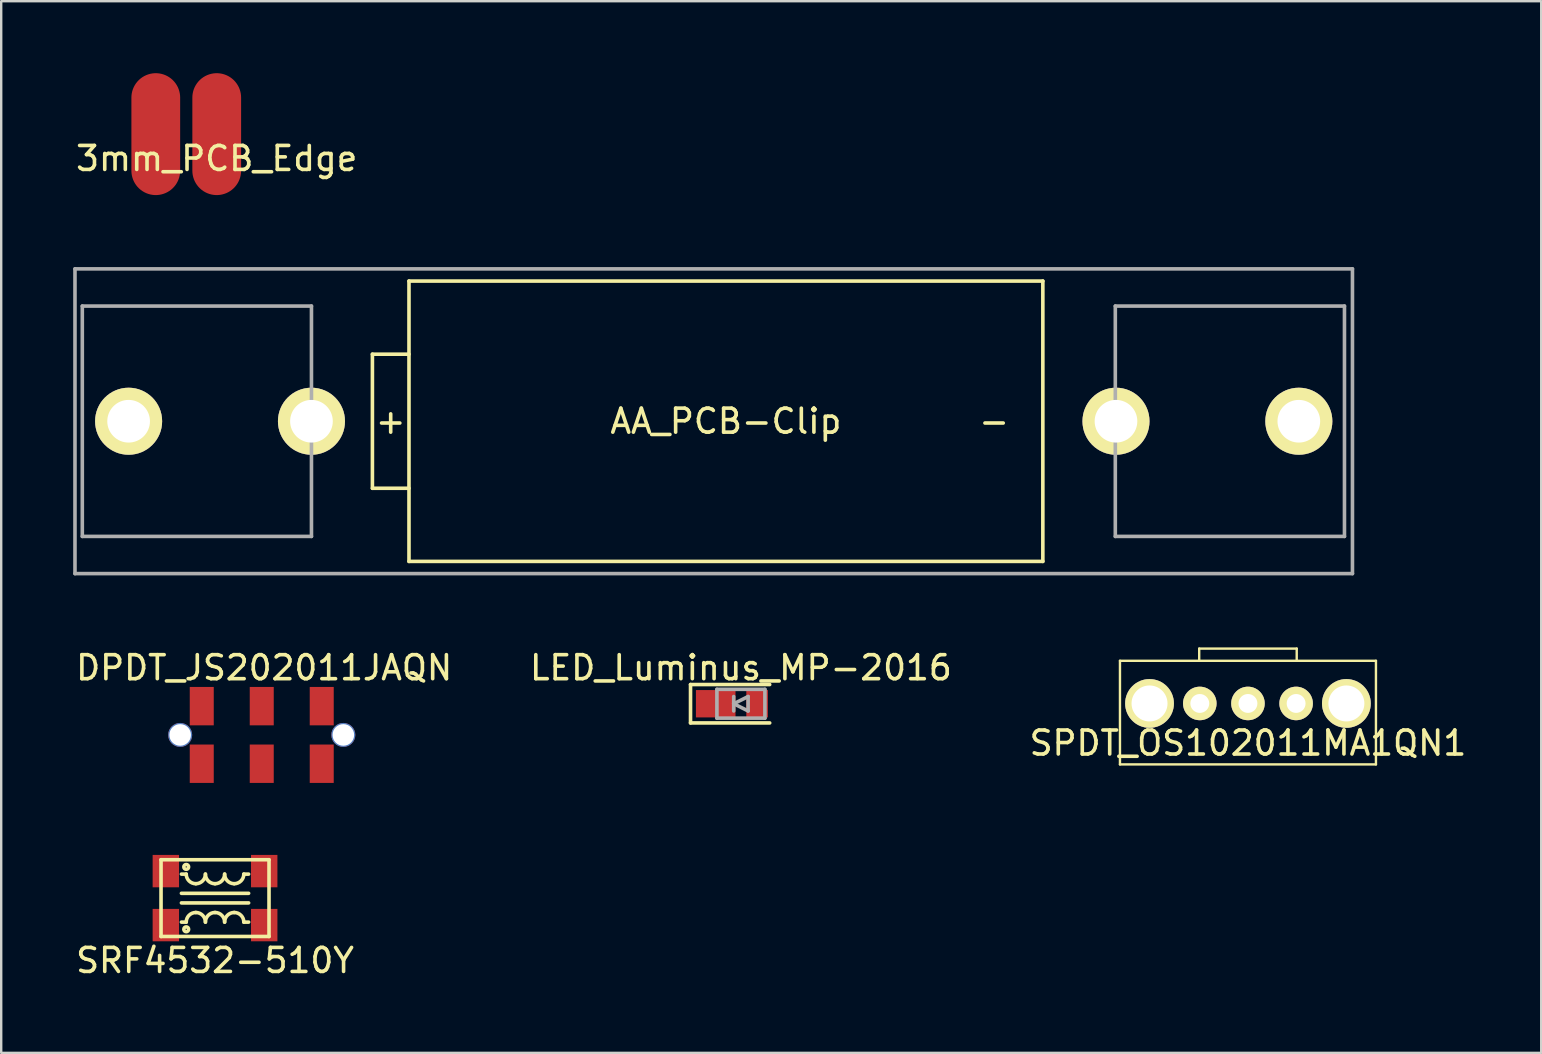
<source format=kicad_pcb>
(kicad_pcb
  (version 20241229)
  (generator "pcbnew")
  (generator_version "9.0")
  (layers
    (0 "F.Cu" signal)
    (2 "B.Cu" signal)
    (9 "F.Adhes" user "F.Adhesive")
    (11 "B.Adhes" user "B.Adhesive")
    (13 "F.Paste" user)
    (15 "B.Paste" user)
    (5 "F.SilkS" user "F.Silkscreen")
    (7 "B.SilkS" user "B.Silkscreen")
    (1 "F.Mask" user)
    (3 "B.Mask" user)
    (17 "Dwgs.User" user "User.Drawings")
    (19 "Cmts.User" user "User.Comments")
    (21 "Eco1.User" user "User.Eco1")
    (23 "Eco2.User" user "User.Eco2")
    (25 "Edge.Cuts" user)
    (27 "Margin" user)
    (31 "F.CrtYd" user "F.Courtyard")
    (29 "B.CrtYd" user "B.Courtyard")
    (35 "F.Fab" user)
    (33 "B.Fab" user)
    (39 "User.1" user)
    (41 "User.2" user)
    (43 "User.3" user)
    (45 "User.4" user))
  (footprint "LED_Luminus_MP-2016"
    (layer "F.Cu")
    (at 27.827 26.278)
    (property "Reference" "LED_Luminus_MP-2016" (at 0 -1.5 0) (layer "F.SilkS") (effects (font (size 1 1) (thickness 0.15))))
    (attr through_hole)
    (fp_line (start -2.1 -0.8) (end -2.1 0.8) (stroke (width 0.15) (type solid)) (layer "F.SilkS"))
    (fp_line (start -2.1 0.8) (end 1.2 0.8) (stroke (width 0.15) (type solid)) (layer "F.SilkS"))
    (fp_line (start 1.2 -0.8) (end -2.1 -0.8) (stroke (width 0.15) (type solid)) (layer "F.SilkS"))
    (fp_line (start -1 -0.6) (end 1 -0.6) (stroke (width 0.15) (type solid)) (layer "F.Fab"))
    (fp_line (start -1 0.6) (end -1 -0.6) (stroke (width 0.15) (type solid)) (layer "F.Fab"))
    (fp_line (start -0.3 0) (end 0.3 0.3) (stroke (width 0.15) (type solid)) (layer "F.Fab"))
    (fp_line (start -0.3 0.3) (end -0.3 -0.3) (stroke (width 0.15) (type solid)) (layer "F.Fab"))
    (fp_line (start 0.3 -0.3) (end -0.3 0) (stroke (width 0.15) (type solid)) (layer "F.Fab"))
    (fp_line (start 0.3 0.3) (end 0.3 -0.3) (stroke (width 0.15) (type solid)) (layer "F.Fab"))
    (fp_line (start 1 -0.6) (end 1 0.6) (stroke (width 0.15) (type solid)) (layer "F.Fab"))
    (fp_line (start 1 0.6) (end -1 0.6) (stroke (width 0.15) (type solid)) (layer "F.Fab"))
    (pad "1" smd rect (at -1.05 0) (size 1.65 1.14) (layers "F.Cu" "F.Mask" "F.Paste"))
    (pad "2" smd rect (at 0.675 0) (size 0.9 1.14) (layers "F.Cu" "F.Mask" "F.Paste")))
  (footprint "SRF4532-510Y"
    (layer "F.Cu")
    (at 5.911 34.378)
    (property "Reference" "SRF4532-510Y" (at 0 2.6 0) (layer "F.SilkS") (effects (font (size 1 1) (thickness 0.15))))
    (attr through_hole)
    (fp_line (start -2.25 -1.6) (end 2.25 -1.6) (stroke (width 0.15) (type solid)) (layer "F.SilkS"))
    (fp_line (start -2.25 1.6) (end -2.25 -1.6) (stroke (width 0.15) (type solid)) (layer "F.SilkS"))
    (fp_line (start -1.4 0.2) (end 1.4 0.2) (stroke (width 0.15) (type solid)) (layer "F.SilkS"))
    (fp_line (start -1.2 -1) (end -1.4 -1) (stroke (width 0.15) (type solid)) (layer "F.SilkS"))
    (fp_line (start -1.2 1) (end -1.4 1) (stroke (width 0.15) (type solid)) (layer "F.SilkS"))
    (fp_line (start 1.2 -1) (end 1.4 -1) (stroke (width 0.15) (type solid)) (layer "F.SilkS"))
    (fp_line (start 1.2 1) (end 1.4 1) (stroke (width 0.15) (type solid)) (layer "F.SilkS"))
    (fp_line (start 1.4 -0.2) (end -1.4 -0.2) (stroke (width 0.15) (type solid)) (layer "F.SilkS"))
    (fp_line (start 2.25 -1.6) (end 2.25 1.6) (stroke (width 0.15) (type solid)) (layer "F.SilkS"))
    (fp_line (start 2.25 1.6) (end -2.25 1.6) (stroke (width 0.15) (type solid)) (layer "F.SilkS"))
    (fp_arc (start -1.2 1) (mid -1.082843 0.717157) (end -0.8 0.6) (stroke (width 0.15) (type solid)) (layer "F.SilkS"))
    (fp_arc (start -0.8 -0.6) (mid -1.082843 -0.717157) (end -1.2 -1) (stroke (width 0.15) (type solid)) (layer "F.SilkS"))
    (fp_arc (start -0.8 0.6) (mid -0.517157 0.717157) (end -0.4 1) (stroke (width 0.15) (type solid)) (layer "F.SilkS"))
    (fp_arc (start -0.4 -1) (mid -0.517157 -0.717157) (end -0.8 -0.6) (stroke (width 0.15) (type solid)) (layer "F.SilkS"))
    (fp_arc (start -0.4 1) (mid -0.282843 0.717157) (end 0 0.6) (stroke (width 0.15) (type solid)) (layer "F.SilkS"))
    (fp_arc (start 0 -0.6) (mid -0.282843 -0.717157) (end -0.4 -1) (stroke (width 0.15) (type solid)) (layer "F.SilkS"))
    (fp_arc (start 0 0.6) (mid 0.282843 0.717157) (end 0.4 1) (stroke (width 0.15) (type solid)) (layer "F.SilkS"))
    (fp_arc (start 0.4 -1) (mid 0.282843 -0.717157) (end 0 -0.6) (stroke (width 0.15) (type solid)) (layer "F.SilkS"))
    (fp_arc (start 0.4 1) (mid 0.517157 0.717157) (end 0.8 0.6) (stroke (width 0.15) (type solid)) (layer "F.SilkS"))
    (fp_arc (start 0.8 -0.6) (mid 0.517157 -0.717157) (end 0.4 -1) (stroke (width 0.15) (type solid)) (layer "F.SilkS"))
    (fp_arc (start 0.8 0.6) (mid 1.082843 0.717157) (end 1.2 1) (stroke (width 0.15) (type solid)) (layer "F.SilkS"))
    (fp_arc (start 1.2 -1) (mid 1.082843 -0.717157) (end 0.8 -0.6) (stroke (width 0.15) (type solid)) (layer "F.SilkS"))
    (fp_circle (center -1.2 -1.3) (end -1.1 -1.3) (stroke (width 0.15) (type solid)) (fill no) (layer "F.SilkS"))
    (fp_circle (center -1.2 1.3) (end -1.2 1.2) (stroke (width 0.15) (type solid)) (fill no) (layer "F.SilkS"))
    (pad "1" smd rect (at -2.05 1.125) (size 1.1 1.35) (layers "F.Cu" "F.Mask" "F.Paste"))
    (pad "2" smd rect (at 2.05 1.125) (size 1.1 1.35) (layers "F.Cu" "F.Mask" "F.Paste"))
    (pad "3" smd rect (at 2.05 -1.125) (size 1.1 1.35) (layers "F.Cu" "F.Mask" "F.Paste"))
    (pad "4" smd rect (at -2.05 -1.125) (size 1.1 1.35) (layers "F.Cu" "F.Mask" "F.Paste")))
  (footprint "SPDT_OS102011MA1QN1"
    (layer "F.Cu")
    (at 48.958 26.266)
    (property "Reference" "SPDT_OS102011MA1QN1" (at 0 1.651 0) (layer "F.SilkS") (effects (font (size 1 1) (thickness 0.15))))
    (attr through_hole)
    (fp_line (start -5.334 -1.778) (end 5.334 -1.778) (stroke (width 0.1) (type solid)) (layer "F.SilkS"))
    (fp_line (start -5.334 2.54) (end -5.334 -1.778) (stroke (width 0.1) (type solid)) (layer "F.SilkS"))
    (fp_line (start -2.032 -2.286) (end 2.032 -2.286) (stroke (width 0.1) (type solid)) (layer "F.SilkS"))
    (fp_line (start -2.032 -1.778) (end -2.032 -2.286) (stroke (width 0.1) (type solid)) (layer "F.SilkS"))
    (fp_line (start 2.032 -2.286) (end 2.032 -1.778) (stroke (width 0.1) (type solid)) (layer "F.SilkS"))
    (fp_line (start 5.334 -1.778) (end 5.334 2.54) (stroke (width 0.1) (type solid)) (layer "F.SilkS"))
    (fp_line (start 5.334 2.54) (end -5.334 2.54) (stroke (width 0.1) (type solid)) (layer "F.SilkS"))
    (pad "" thru_hole circle (at -4.102 0) (size 2.032 2.032) (drill 1.499) (layers "*.Cu" "*.Mask" "F.SilkS"))
    (pad "" thru_hole circle (at 4.102 0) (size 2.032 2.032) (drill 1.499) (layers "*.Cu" "*.Mask" "F.SilkS"))
    (pad "1" thru_hole circle (at 2.007 0) (size 1.397 1.397) (drill 0.787) (layers "*.Cu" "*.Mask" "F.SilkS"))
    (pad "2" thru_hole circle (at 0 0) (size 1.397 1.397) (drill 0.787) (layers "*.Cu" "*.Mask" "F.SilkS"))
    (pad "3" thru_hole circle (at -2.007 0) (size 1.397 1.397) (drill 0.787) (layers "*.Cu" "*.Mask" "F.SilkS")))
  (footprint "AA_PCB-Clip"
    (layer "F.Cu")
    (at 9.93 14.505)
    (property "Reference" "AA_PCB-Clip" (at 17.272 0 0) (layer "F.SilkS") (effects (font (size 1 1) (thickness 0.15))))
    (attr through_hole)
    (fp_line (start 2.54 -2.794) (end 2.54 2.794) (stroke (width 0.15) (type solid)) (layer "F.SilkS"))
    (fp_line (start 2.54 2.794) (end 4.064 2.794) (stroke (width 0.15) (type solid)) (layer "F.SilkS"))
    (fp_line (start 4.064 -5.842) (end 4.064 5.842) (stroke (width 0.15) (type solid)) (layer "F.SilkS"))
    (fp_line (start 4.064 -5.842) (end 30.48 -5.842) (stroke (width 0.15) (type solid)) (layer "F.SilkS"))
    (fp_line (start 4.064 -2.794) (end 2.54 -2.794) (stroke (width 0.15) (type solid)) (layer "F.SilkS"))
    (fp_line (start 30.48 5.842) (end 4.064 5.842) (stroke (width 0.15) (type solid)) (layer "F.SilkS"))
    (fp_line (start 30.48 5.842) (end 30.48 -5.842) (stroke (width 0.15) (type solid)) (layer "F.SilkS"))
    (fp_line (start -9.855 -6.35) (end 43.383 -6.35) (stroke (width 0.15) (type solid)) (layer "F.Fab"))
    (fp_line (start -9.855 6.35) (end -9.855 -6.35) (stroke (width 0.15) (type solid)) (layer "F.Fab"))
    (fp_line (start -9.855 6.35) (end 43.383 6.35) (stroke (width 0.15) (type solid)) (layer "F.Fab"))
    (fp_line (start -9.55 -4.8) (end -9.55 4.8) (stroke (width 0.15) (type solid)) (layer "F.Fab"))
    (fp_line (start -9.55 4.8) (end 0 4.8) (stroke (width 0.15) (type solid)) (layer "F.Fab"))
    (fp_line (start 0 -4.8) (end -9.55 -4.8) (stroke (width 0.15) (type solid)) (layer "F.Fab"))
    (fp_line (start 0 4.8) (end 0 -4.8) (stroke (width 0.15) (type solid)) (layer "F.Fab"))
    (fp_line (start 33.5 -4.8) (end 43.05 -4.8) (stroke (width 0.15) (type solid)) (layer "F.Fab"))
    (fp_line (start 33.5 4.8) (end 33.5 -4.8) (stroke (width 0.15) (type solid)) (layer "F.Fab"))
    (fp_line (start 43.05 -4.8) (end 43.05 4.8) (stroke (width 0.15) (type solid)) (layer "F.Fab"))
    (fp_line (start 43.05 4.8) (end 33.5 4.8) (stroke (width 0.15) (type solid)) (layer "F.Fab"))
    (fp_line (start 43.383 6.35) (end 43.383 -6.35) (stroke (width 0.15) (type solid)) (layer "F.Fab"))
    (fp_text user "-" (at 28.448 0 0) (layer "F.SilkS") (effects (font (size 1 1) (thickness 0.15))))
    (fp_text user "+" (at 3.302 0 0) (layer "F.SilkS") (effects (font (size 1 1) (thickness 0.15))))
    (pad "1" thru_hole circle (at -7.62 0) (size 2.794 2.794) (drill 1.778) (layers "*.Cu" "*.Mask" "F.SilkS"))
    (pad "1" thru_hole circle (at 0 0) (size 2.794 2.794) (drill 1.778) (layers "*.Cu" "*.Mask" "F.SilkS"))
    (pad "2" thru_hole circle (at 33.528 0) (size 2.794 2.794) (drill 1.778) (layers "*.Cu" "*.Mask" "F.SilkS"))
    (pad "2" thru_hole circle (at 41.148 0) (size 2.794 2.794) (drill 1.778) (layers "*.Cu" "*.Mask" "F.SilkS")))
  (footprint "DPDT_JS202011JAQN"
    (layer "F.Cu")
    (at 7.858 27.578)
    (property "Reference" "DPDT_JS202011JAQN" (at 0.1 -2.8 0) (layer "F.SilkS") (effects (font (size 1 1) (thickness 0.15))))
    (attr through_hole)
    (pad "" np_thru_hole circle (at -3.4 0) (size 1 1) (drill 0.9) (layers "*.Cu" "*.Mask"))
    (pad "" np_thru_hole circle (at 3.4 0) (size 1 1) (drill 0.9) (layers "*.Cu" "*.Mask"))
    (pad "1" smd rect (at -2.5 -1.2) (size 1 1.6) (layers "F.Cu" "F.Mask" "F.Paste"))
    (pad "2" smd rect (at 0 -1.2) (size 1 1.6) (layers "F.Cu" "F.Mask" "F.Paste"))
    (pad "3" smd rect (at 2.5 -1.2) (size 1 1.6) (layers "F.Cu" "F.Mask" "F.Paste"))
    (pad "4" smd rect (at -2.5 1.2) (size 1 1.6) (layers "F.Cu" "F.Mask" "F.Paste"))
    (pad "5" smd rect (at 0 1.2) (size 1 1.6) (layers "F.Cu" "F.Mask" "F.Paste"))
    (pad "6" smd rect (at 2.5 1.2) (size 1 1.6) (layers "F.Cu" "F.Mask" "F.Paste")))
  (footprint "3mm_PCB_Edge"
    (layer "F.Cu")
    (at 5.982 3.556)
    (property "Reference" "3mm_PCB_Edge" (at 0 0 0) (layer "F.SilkS") (effects (font (size 1 1) (thickness 0.15))))
    (attr through_hole)
    (pad "1" smd oval (at -2.54 0) (size 2.032 5.08) (drill (offset 0 -1.016)) (layers "F.Cu" "F.Mask" "F.Paste"))
    (pad "2" smd oval (at 0 0) (size 2.032 5.08) (drill (offset 0 -1.016)) (layers "F.Cu" "F.Mask" "F.Paste")))
  (gr_rect
    (start -3 -3)
    (end 61.179 40.827)
    (stroke (width 0.1) (type default))
    (fill no)
    (layer "Edge.Cuts")))
</source>
